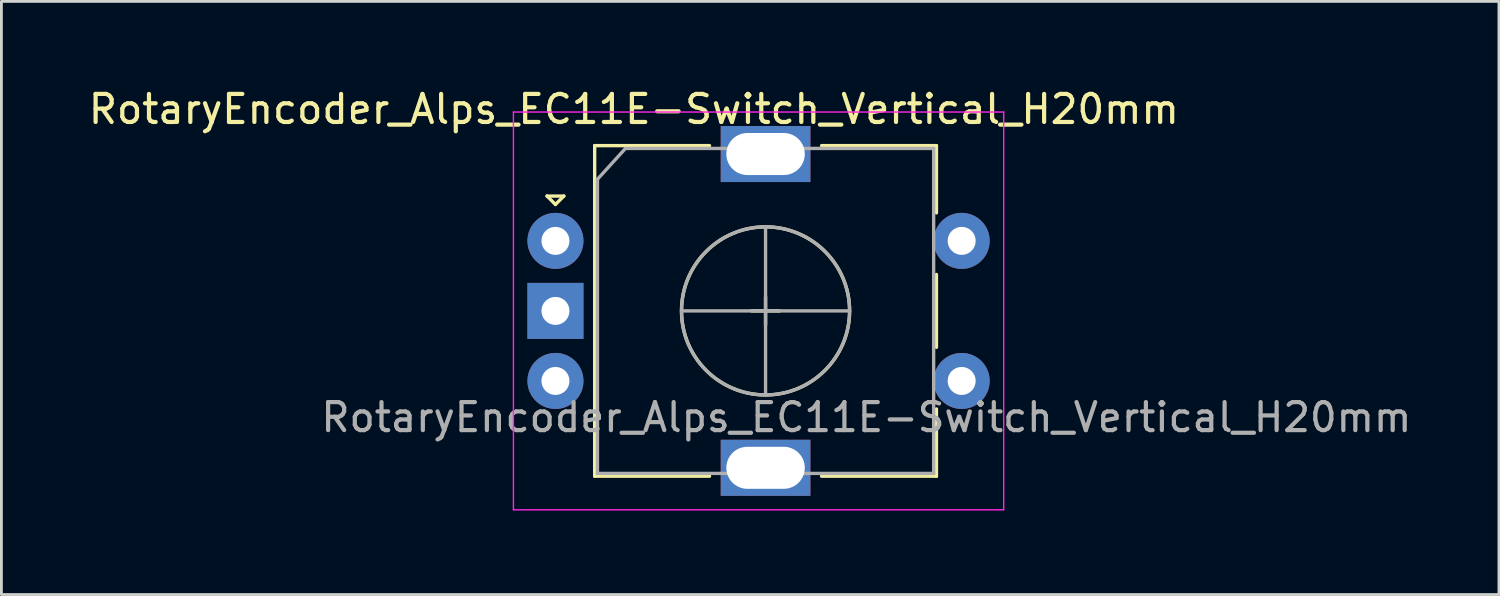
<source format=kicad_pcb>
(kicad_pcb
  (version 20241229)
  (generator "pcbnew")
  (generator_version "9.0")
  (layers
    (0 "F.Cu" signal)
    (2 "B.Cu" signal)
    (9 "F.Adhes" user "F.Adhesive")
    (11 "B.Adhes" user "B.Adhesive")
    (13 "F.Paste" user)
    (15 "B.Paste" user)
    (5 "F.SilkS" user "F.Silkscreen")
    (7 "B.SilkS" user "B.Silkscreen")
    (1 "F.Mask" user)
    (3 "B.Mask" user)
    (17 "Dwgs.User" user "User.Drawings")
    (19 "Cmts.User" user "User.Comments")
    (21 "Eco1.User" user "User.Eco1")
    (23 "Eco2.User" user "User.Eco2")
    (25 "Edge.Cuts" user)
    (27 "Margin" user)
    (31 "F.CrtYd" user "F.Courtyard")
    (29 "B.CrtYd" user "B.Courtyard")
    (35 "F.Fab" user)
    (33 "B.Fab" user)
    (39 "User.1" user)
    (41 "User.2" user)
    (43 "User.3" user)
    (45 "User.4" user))
  (footprint "RotaryEncoder_Alps_EC11E-Switch_Vertical_H20mm"
    (layer "F.Cu")
    (at 16.777 5.548)
    (property "Reference" "RotaryEncoder_Alps_EC11E-Switch_Vertical_H20mm" (at 2.8 -4.7 0) (layer "F.SilkS") (effects (font (size 1 1) (thickness 0.15))))
    (attr through_hole)
    (fp_line (start -0.3 -1.6) (end 0.3 -1.6) (stroke (width 0.12) (type solid)) (layer "F.SilkS"))
    (fp_line (start 0 -1.3) (end -0.3 -1.6) (stroke (width 0.12) (type solid)) (layer "F.SilkS"))
    (fp_line (start 0.3 -1.6) (end 0 -1.3) (stroke (width 0.12) (type solid)) (layer "F.SilkS"))
    (fp_line (start 1.4 -3.4) (end 1.4 8.4) (stroke (width 0.12) (type solid)) (layer "F.SilkS"))
    (fp_line (start 5.5 -3.4) (end 1.4 -3.4) (stroke (width 0.12) (type solid)) (layer "F.SilkS"))
    (fp_line (start 5.5 8.4) (end 1.4 8.4) (stroke (width 0.12) (type solid)) (layer "F.SilkS"))
    (fp_line (start 7 2.5) (end 8 2.5) (stroke (width 0.12) (type solid)) (layer "F.SilkS"))
    (fp_line (start 7.5 2) (end 7.5 3) (stroke (width 0.12) (type solid)) (layer "F.SilkS"))
    (fp_line (start 9.5 -3.4) (end 13.6 -3.4) (stroke (width 0.12) (type solid)) (layer "F.SilkS"))
    (fp_line (start 13.6 -3.4) (end 13.6 -1) (stroke (width 0.12) (type solid)) (layer "F.SilkS"))
    (fp_line (start 13.6 1.2) (end 13.6 3.8) (stroke (width 0.12) (type solid)) (layer "F.SilkS"))
    (fp_line (start 13.6 6) (end 13.6 8.4) (stroke (width 0.12) (type solid)) (layer "F.SilkS"))
    (fp_line (start 13.6 8.4) (end 9.5 8.4) (stroke (width 0.12) (type solid)) (layer "F.SilkS"))
    (fp_circle (center 7.5 2.5) (end 10.5 2.5) (stroke (width 0.12) (type solid)) (fill no) (layer "F.SilkS"))
    (fp_line (start -1.5 -4.6) (end -1.5 9.6) (stroke (width 0.05) (type solid)) (layer "F.CrtYd"))
    (fp_line (start -1.5 -4.6) (end 16 -4.6) (stroke (width 0.05) (type solid)) (layer "F.CrtYd"))
    (fp_line (start 16 9.6) (end -1.5 9.6) (stroke (width 0.05) (type solid)) (layer "F.CrtYd"))
    (fp_line (start 16 9.6) (end 16 -4.6) (stroke (width 0.05) (type solid)) (layer "F.CrtYd"))
    (fp_line (start 1.5 -2.2) (end 2.5 -3.3) (stroke (width 0.12) (type solid)) (layer "F.Fab"))
    (fp_line (start 1.5 8.3) (end 1.5 -2.2) (stroke (width 0.12) (type solid)) (layer "F.Fab"))
    (fp_line (start 2.5 -3.3) (end 13.5 -3.3) (stroke (width 0.12) (type solid)) (layer "F.Fab"))
    (fp_line (start 4.5 2.5) (end 10.5 2.5) (stroke (width 0.12) (type solid)) (layer "F.Fab"))
    (fp_line (start 7.5 -0.5) (end 7.5 5.5) (stroke (width 0.12) (type solid)) (layer "F.Fab"))
    (fp_line (start 13.5 -3.3) (end 13.5 8.3) (stroke (width 0.12) (type solid)) (layer "F.Fab"))
    (fp_line (start 13.5 8.3) (end 1.5 8.3) (stroke (width 0.12) (type solid)) (layer "F.Fab"))
    (fp_circle (center 7.5 2.5) (end 10.5 2.5) (stroke (width 0.12) (type solid)) (fill no) (layer "F.Fab"))
    (fp_text user "${REFERENCE}" (at 11.1 6.3 0) (layer "F.Fab") (effects (font (size 1 1) (thickness 0.15))))
    (pad "A" thru_hole circle (at 0 0) (size 2 2) (drill 1) (layers "*.Cu" "*.Mask"))
    (pad "B" thru_hole circle (at 0 5) (size 2 2) (drill 1) (layers "*.Cu" "*.Mask"))
    (pad "C" thru_hole rect (at 0 2.5) (size 2 2) (drill 1) (layers "*.Cu" "*.Mask"))
    (pad "MP" thru_hole rect (at 7.5 -3.1) (size 3.2 2) (drill oval 2.8 1.5) (layers "*.Cu" "*.Mask"))
    (pad "MP" thru_hole rect (at 7.5 8.1) (size 3.2 2) (drill oval 2.8 1.5) (layers "*.Cu" "*.Mask"))
    (pad "S1" thru_hole circle (at 14.5 5) (size 2 2) (drill 1) (layers "*.Cu" "*.Mask"))
    (pad "S2" thru_hole circle (at 14.5 0) (size 2 2) (drill 1) (layers "*.Cu" "*.Mask")))
  (gr_rect
    (start -3 -3)
    (end 50.455 18.173)
    (stroke (width 0.1) (type default))
    (fill no)
    (layer "Edge.Cuts")))
</source>
